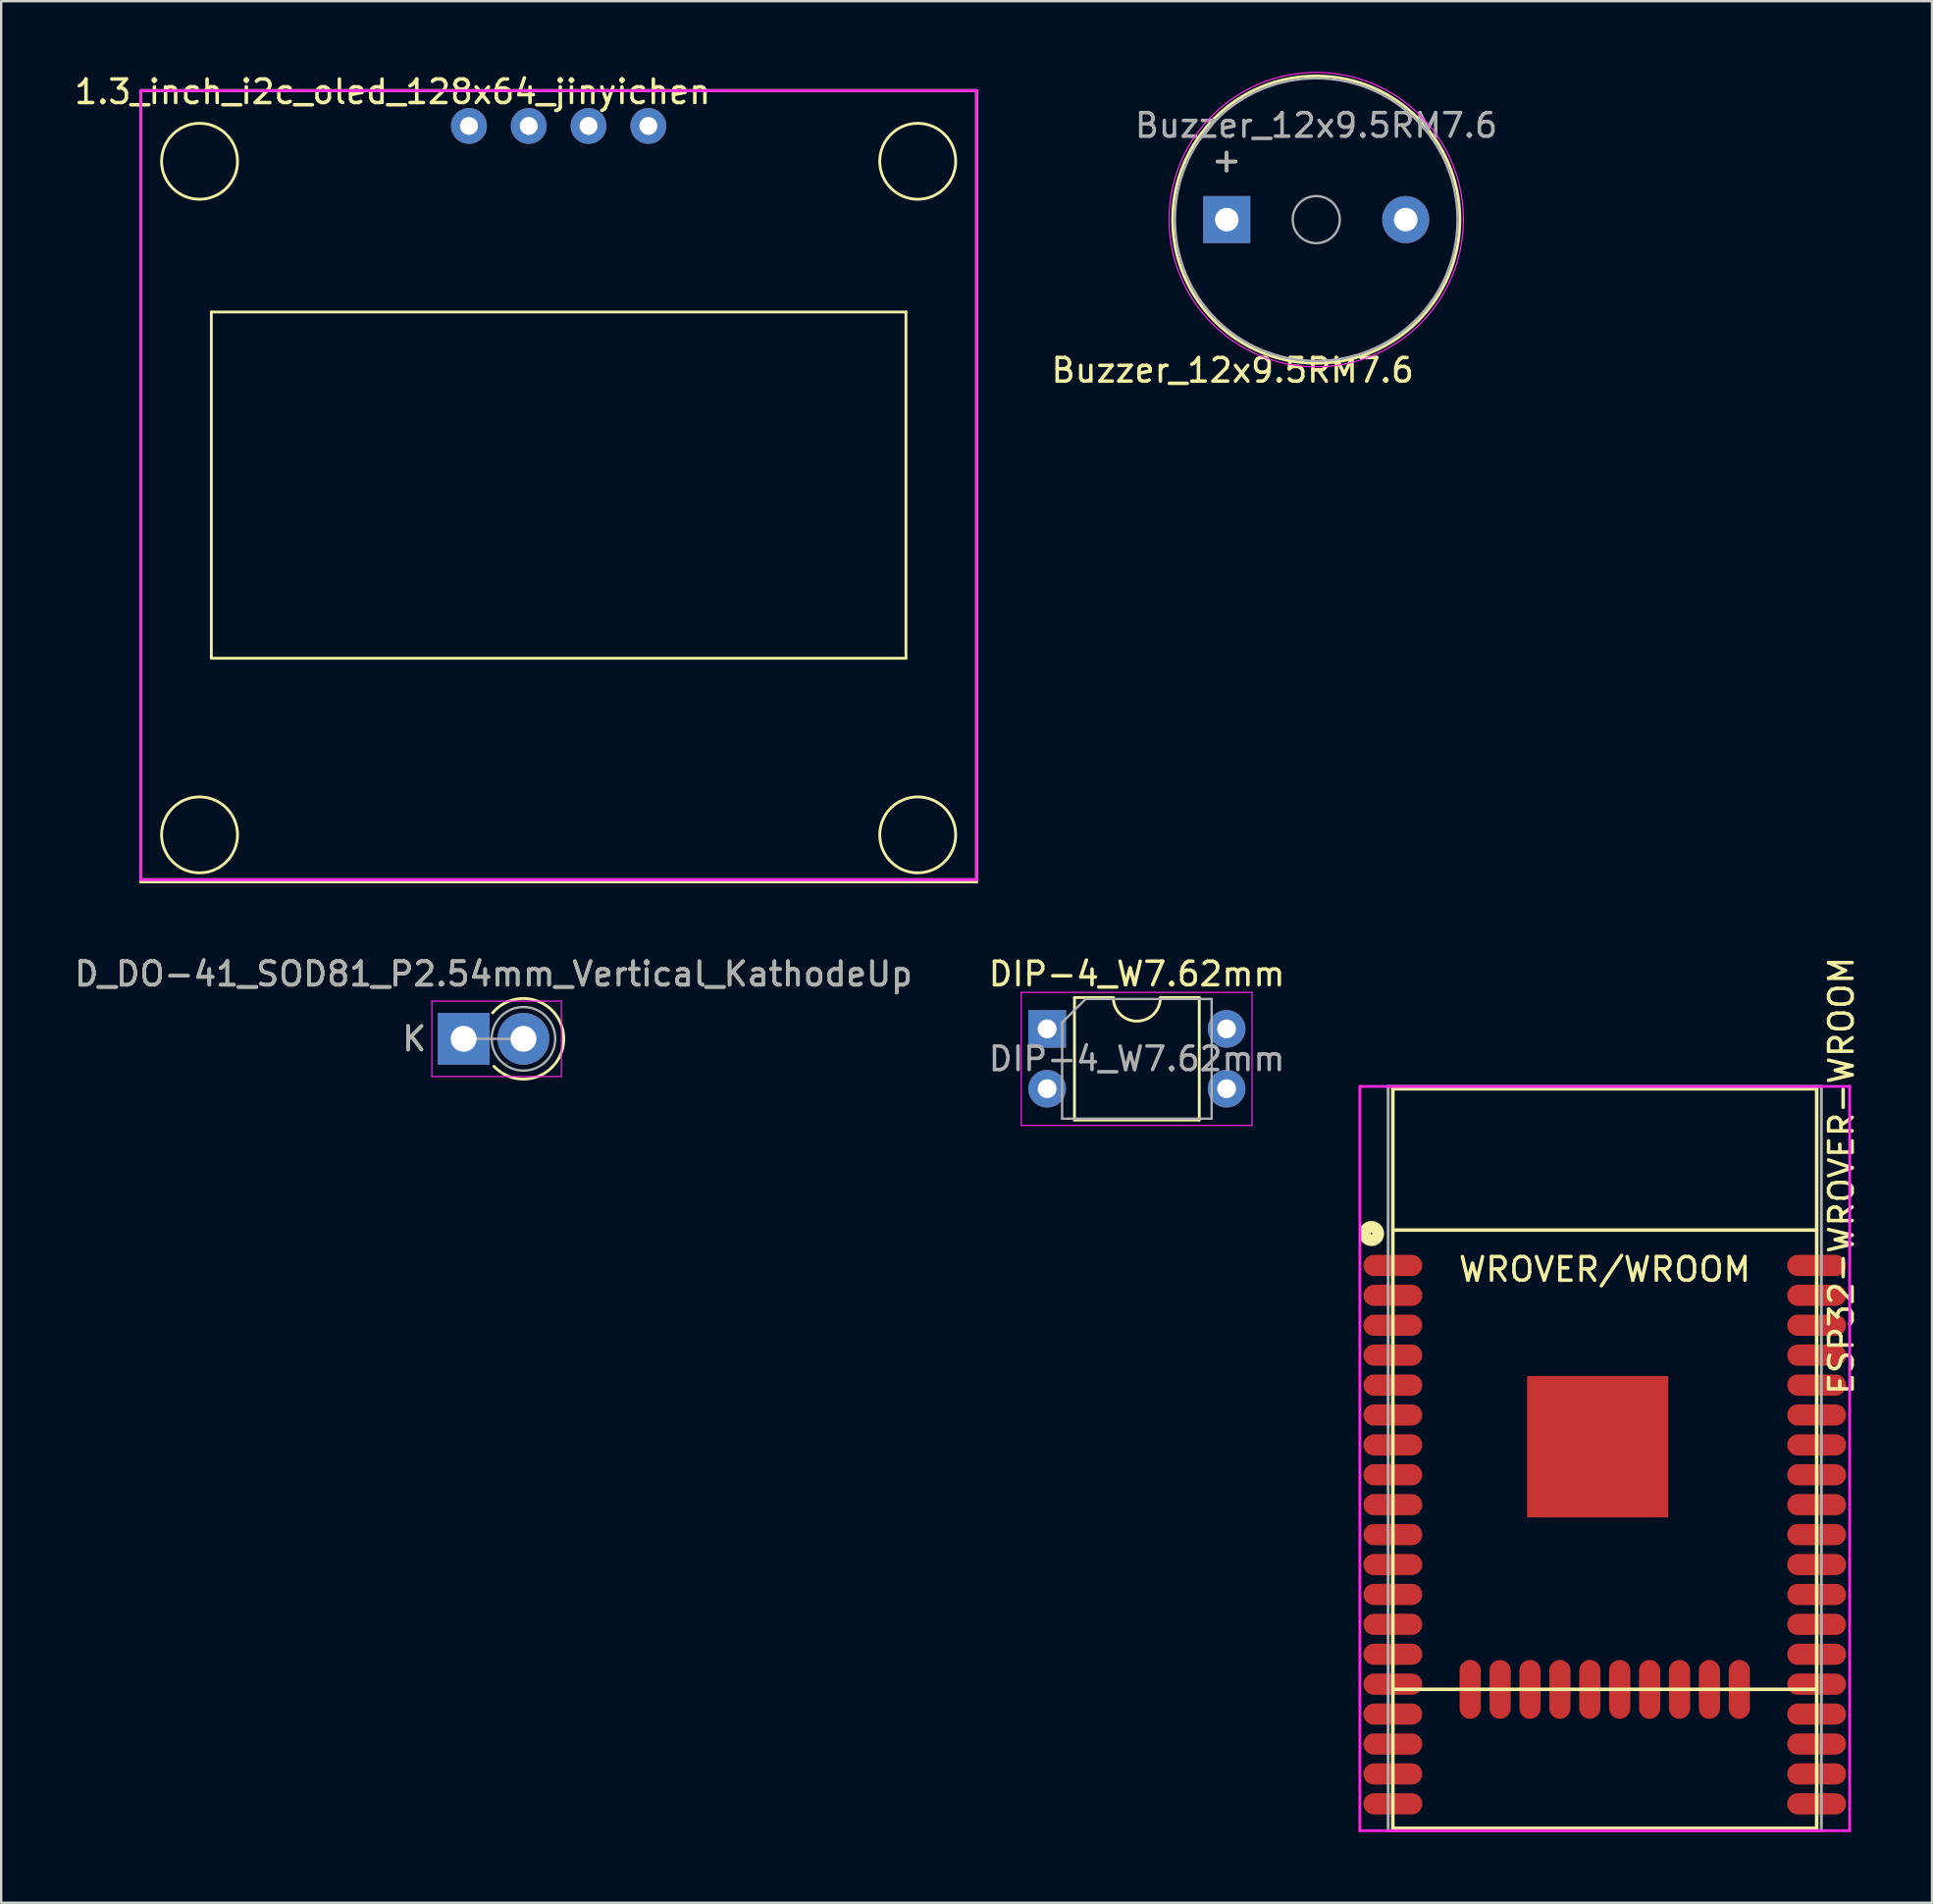
<source format=kicad_pcb>
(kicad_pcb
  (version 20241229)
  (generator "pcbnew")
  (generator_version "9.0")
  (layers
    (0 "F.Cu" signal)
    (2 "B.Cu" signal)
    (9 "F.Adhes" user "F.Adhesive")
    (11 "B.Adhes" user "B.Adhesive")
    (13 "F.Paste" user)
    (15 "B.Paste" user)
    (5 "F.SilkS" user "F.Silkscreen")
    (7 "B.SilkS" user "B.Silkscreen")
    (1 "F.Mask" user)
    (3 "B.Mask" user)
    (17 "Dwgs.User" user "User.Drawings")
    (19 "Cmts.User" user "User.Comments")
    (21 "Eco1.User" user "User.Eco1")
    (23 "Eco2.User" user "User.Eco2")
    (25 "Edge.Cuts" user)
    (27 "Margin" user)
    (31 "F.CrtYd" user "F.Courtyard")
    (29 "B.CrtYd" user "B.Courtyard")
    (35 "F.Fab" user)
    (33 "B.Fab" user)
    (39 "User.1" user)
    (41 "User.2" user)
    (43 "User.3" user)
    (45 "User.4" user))
  (footprint "1.3_inch_i2c_oled_128x64_jinyichen"
    (layer "F.Cu")
    (at 20.925 0.798)
    (property "Reference" "1.3_inch_i2c_oled_128x64_jinyichen" (at -7.3 0.05 0) (layer "F.SilkS") (effects (font (size 1 1) (thickness 0.15))))
    (attr through_hole)
    (fp_line (start -18 0) (end 17.5 0) (stroke (width 0.12) (type solid)) (layer "F.SilkS"))
    (fp_line (start -18 33.6) (end -18 0) (stroke (width 0.12) (type solid)) (layer "F.SilkS"))
    (fp_line (start -15 9.4) (end 14.5 9.4) (stroke (width 0.12) (type solid)) (layer "F.SilkS"))
    (fp_line (start -15 24.1) (end -15 9.4) (stroke (width 0.12) (type solid)) (layer "F.SilkS"))
    (fp_line (start 14.5 9.4) (end 14.5 24.1) (stroke (width 0.12) (type solid)) (layer "F.SilkS"))
    (fp_line (start 14.5 24.1) (end -15 24.1) (stroke (width 0.12) (type solid)) (layer "F.SilkS"))
    (fp_line (start 17.5 0) (end 17.5 33.6) (stroke (width 0.12) (type solid)) (layer "F.SilkS"))
    (fp_line (start 17.5 33.6) (end -18 33.6) (stroke (width 0.12) (type solid)) (layer "F.SilkS"))
    (fp_circle (center -15.5 3) (end -15.3 1.4) (stroke (width 0.12) (type solid)) (fill no) (layer "F.SilkS"))
    (fp_circle (center -15.5 31.6) (end -15.3 30) (stroke (width 0.12) (type solid)) (fill no) (layer "F.SilkS"))
    (fp_circle (center 15 3) (end 15.2 1.4) (stroke (width 0.12) (type solid)) (fill no) (layer "F.SilkS"))
    (fp_circle (center 15 31.6) (end 15.2 30) (stroke (width 0.12) (type solid)) (fill no) (layer "F.SilkS"))
    (fp_line (start -18 0) (end 17.5 0) (stroke (width 0.12) (type solid)) (layer "F.CrtYd"))
    (fp_line (start -18 33.5) (end -18 0) (stroke (width 0.12) (type solid)) (layer "F.CrtYd"))
    (fp_line (start 17.5 0) (end 17.5 33.5) (stroke (width 0.12) (type solid)) (layer "F.CrtYd"))
    (fp_line (start 17.5 33.5) (end -18 33.5) (stroke (width 0.12) (type solid)) (layer "F.CrtYd"))
    (fp_line (start -18 0) (end 17.5 0) (stroke (width 0.12) (type solid)) (layer "F.Fab"))
    (fp_line (start -18 33.5) (end -18 0) (stroke (width 0.12) (type solid)) (layer "F.Fab"))
    (fp_line (start 17.5 0) (end 17.5 33.5) (stroke (width 0.12) (type solid)) (layer "F.Fab"))
    (fp_line (start 17.5 33.5) (end -18 33.5) (stroke (width 0.12) (type solid)) (layer "F.Fab"))
    (pad "1" thru_hole circle (at -4.06 1.5) (size 1.524 1.524) (drill 0.762) (layers "*.Cu" "*.Mask"))
    (pad "2" thru_hole circle (at -1.52 1.5) (size 1.524 1.524) (drill 0.762) (layers "*.Cu" "*.Mask"))
    (pad "3" thru_hole circle (at 1.02 1.5) (size 1.524 1.524) (drill 0.762) (layers "*.Cu" "*.Mask"))
    (pad "4" thru_hole circle (at 3.56 1.5) (size 1.524 1.524) (drill 0.762) (layers "*.Cu" "*.Mask")))
  (footprint "ESP32-WROVER-WROOM"
    (layer "F.Cu")
    (at 56.103 50.679)
    (property "Reference" "ESP32-WROVER-WROOM" (at 19.05 -3.81 90) (layer "F.SilkS") (effects (font (size 1 1) (thickness 0.15))))
    (attr through_hole)
    (fp_line (start 0 -7.5) (end 0 23.9) (stroke (width 0.15) (type solid)) (layer "F.SilkS"))
    (fp_line (start 18 -7.5) (end 0 -7.5) (stroke (width 0.15) (type solid)) (layer "F.SilkS"))
    (fp_line (start 18 -7.5) (end 18 23.9) (stroke (width 0.15) (type solid)) (layer "F.SilkS"))
    (fp_line (start 18 -1.5) (end 0 -1.5) (stroke (width 0.15) (type solid)) (layer "F.SilkS"))
    (fp_line (start 18 18) (end 0 18) (stroke (width 0.15) (type solid)) (layer "F.SilkS"))
    (fp_line (start 18 23.9) (end 0 23.9) (stroke (width 0.15) (type solid)) (layer "F.SilkS"))
    (fp_circle (center -0.906 -1.354) (end -1.033 -1.608) (stroke (width 0.5) (type solid)) (fill no) (layer "F.SilkS"))
    (fp_line (start -1.4 -7.6) (end 19.4 -7.6) (stroke (width 0.12) (type solid)) (layer "F.CrtYd"))
    (fp_line (start -1.4 24) (end -1.4 -7.6) (stroke (width 0.12) (type solid)) (layer "F.CrtYd"))
    (fp_line (start 19.4 -7.6) (end 19.4 24) (stroke (width 0.12) (type solid)) (layer "F.CrtYd"))
    (fp_line (start 19.4 24) (end -1.4 24) (stroke (width 0.12) (type solid)) (layer "F.CrtYd"))
    (fp_line (start -0.2 -7.6) (end -0.2 24) (stroke (width 0.12) (type solid)) (layer "F.Fab"))
    (fp_line (start -0.2 24) (end 18.2 24) (stroke (width 0.12) (type solid)) (layer "F.Fab"))
    (fp_line (start 18.2 -7.6) (end -0.2 -7.6) (stroke (width 0.12) (type solid)) (layer "F.Fab"))
    (fp_line (start 18.2 24) (end 18.2 -7.6) (stroke (width 0.12) (type solid)) (layer "F.Fab"))
    (fp_text user "WROVER/WROOM" (at 9 0.17 0) (layer "F.SilkS") (effects (font (size 1 1) (thickness 0.15))))
    (pad "1" smd oval (at 0 0 180) (size 2.5 0.9) (layers "F.Cu" "F.Mask" "F.Paste"))
    (pad "2" smd oval (at 0 1.27 180) (size 2.5 0.9) (layers "F.Cu" "F.Mask" "F.Paste"))
    (pad "3" smd oval (at 0 2.54 180) (size 2.5 0.9) (layers "F.Cu" "F.Mask" "F.Paste"))
    (pad "4" smd oval (at 0 3.81 180) (size 2.5 0.9) (layers "F.Cu" "F.Mask" "F.Paste"))
    (pad "5" smd oval (at 0 5.08 180) (size 2.5 0.9) (layers "F.Cu" "F.Mask" "F.Paste"))
    (pad "6" smd oval (at 0 6.35 180) (size 2.5 0.9) (layers "F.Cu" "F.Mask" "F.Paste"))
    (pad "7" smd oval (at 0 7.62 180) (size 2.5 0.9) (layers "F.Cu" "F.Mask" "F.Paste"))
    (pad "8" smd oval (at 0 8.89 180) (size 2.5 0.9) (layers "F.Cu" "F.Mask" "F.Paste"))
    (pad "9" smd oval (at 0 10.16 180) (size 2.5 0.9) (layers "F.Cu" "F.Mask" "F.Paste"))
    (pad "10" smd oval (at 0 11.43 180) (size 2.5 0.9) (layers "F.Cu" "F.Mask" "F.Paste"))
    (pad "11" smd oval (at 0 12.7 180) (size 2.5 0.9) (layers "F.Cu" "F.Mask" "F.Paste"))
    (pad "12" smd oval (at 0 13.97 180) (size 2.5 0.9) (layers "F.Cu" "F.Mask" "F.Paste"))
    (pad "13" smd oval (at 0 15.24 180) (size 2.5 0.9) (layers "F.Cu" "F.Mask" "F.Paste"))
    (pad "14" smd oval (at 0 16.51 180) (size 2.5 0.9) (layers "F.Cu" "F.Mask" "F.Paste"))
    (pad "15" smd oval (at 0 17.78 180) (size 2.5 0.9) (layers "F.Cu" "F.Mask" "F.Paste"))
    (pad "16" smd oval (at 0 19.05 180) (size 2.5 0.9) (layers "F.Cu" "F.Mask" "F.Paste"))
    (pad "17" smd oval (at 0 20.32 180) (size 2.5 0.9) (layers "F.Cu" "F.Mask" "F.Paste"))
    (pad "18" smd oval (at 0 21.59 180) (size 2.5 0.9) (layers "F.Cu" "F.Mask" "F.Paste"))
    (pad "19" smd oval (at 0 22.86 180) (size 2.5 0.9) (layers "F.Cu" "F.Mask" "F.Paste"))
    (pad "20" smd oval (at 18 22.86 180) (size 2.5 0.9) (layers "F.Cu" "F.Mask" "F.Paste"))
    (pad "21" smd oval (at 18 21.59 180) (size 2.5 0.9) (layers "F.Cu" "F.Mask" "F.Paste"))
    (pad "22" smd oval (at 18 20.32 180) (size 2.5 0.9) (layers "F.Cu" "F.Mask" "F.Paste"))
    (pad "23" smd oval (at 18 19.05 180) (size 2.5 0.9) (layers "F.Cu" "F.Mask" "F.Paste"))
    (pad "24" smd oval (at 18 17.78 180) (size 2.5 0.9) (layers "F.Cu" "F.Mask" "F.Paste"))
    (pad "25" smd oval (at 18 16.51 180) (size 2.5 0.9) (layers "F.Cu" "F.Mask" "F.Paste"))
    (pad "26" smd oval (at 18 15.24 180) (size 2.5 0.9) (layers "F.Cu" "F.Mask" "F.Paste"))
    (pad "27" smd oval (at 18 13.97 180) (size 2.5 0.9) (layers "F.Cu" "F.Mask" "F.Paste"))
    (pad "28" smd oval (at 18 12.7 180) (size 2.5 0.9) (layers "F.Cu" "F.Mask" "F.Paste"))
    (pad "29" smd oval (at 18 11.43 180) (size 2.5 0.9) (layers "F.Cu" "F.Mask" "F.Paste"))
    (pad "30" smd oval (at 18 10.16 180) (size 2.5 0.9) (layers "F.Cu" "F.Mask" "F.Paste"))
    (pad "31" smd oval (at 18 8.89 180) (size 2.5 0.9) (layers "F.Cu" "F.Mask" "F.Paste"))
    (pad "32" smd oval (at 18 7.62 180) (size 2.5 0.9) (layers "F.Cu" "F.Mask" "F.Paste"))
    (pad "33" smd oval (at 18 6.35 180) (size 2.5 0.9) (layers "F.Cu" "F.Mask" "F.Paste"))
    (pad "34" smd oval (at 18 5.08 180) (size 2.5 0.9) (layers "F.Cu" "F.Mask" "F.Paste"))
    (pad "35" smd oval (at 18 3.81 180) (size 2.5 0.9) (layers "F.Cu" "F.Mask" "F.Paste"))
    (pad "36" smd oval (at 18 2.54 180) (size 2.5 0.9) (layers "F.Cu" "F.Mask" "F.Paste"))
    (pad "37" smd oval (at 18 1.27 180) (size 2.5 0.9) (layers "F.Cu" "F.Mask" "F.Paste"))
    (pad "38" smd oval (at 18 0 180) (size 2.5 0.9) (layers "F.Cu" "F.Mask" "F.Paste"))
    (pad "39" smd rect (at 8.7 7.7 180) (size 6 6) (layers "F.Cu" "F.Mask" "F.Paste"))
    (pad "B15" smd oval (at 3.285 18 180) (size 0.9 2.5) (layers "F.Cu" "F.Mask" "F.Paste"))
    (pad "B16" smd oval (at 4.555 18 180) (size 0.9 2.5) (layers "F.Cu" "F.Mask" "F.Paste"))
    (pad "B17" smd oval (at 5.825 18 180) (size 0.9 2.5) (layers "F.Cu" "F.Mask" "F.Paste"))
    (pad "B18" smd oval (at 7.095 18 180) (size 0.9 2.5) (layers "F.Cu" "F.Mask" "F.Paste"))
    (pad "B19" smd oval (at 8.365 18 180) (size 0.9 2.5) (layers "F.Cu" "F.Mask" "F.Paste"))
    (pad "B20" smd oval (at 9.635 18 180) (size 0.9 2.5) (layers "F.Cu" "F.Mask" "F.Paste"))
    (pad "B21" smd oval (at 10.905 18 180) (size 0.9 2.5) (layers "F.Cu" "F.Mask" "F.Paste"))
    (pad "B22" smd oval (at 12.175 18 180) (size 0.9 2.5) (layers "F.Cu" "F.Mask" "F.Paste"))
    (pad "B23" smd oval (at 13.445 18 180) (size 0.9 2.5) (layers "F.Cu" "F.Mask" "F.Paste"))
    (pad "B24" smd oval (at 14.715 18 180) (size 0.9 2.5) (layers "F.Cu" "F.Mask" "F.Paste")))
  (footprint "DIP-4_W7.62mm"
    (layer "F.Cu")
    (at 41.422 40.636)
    (property "Reference" "DIP-4_W7.62mm" (at 3.81 -2.33 0) (layer "F.SilkS") (effects (font (size 1 1) (thickness 0.15))))
    (attr through_hole)
    (fp_line (start 1.16 -1.33) (end 1.16 3.87) (stroke (width 0.12) (type solid)) (layer "F.SilkS"))
    (fp_line (start 1.16 3.87) (end 6.46 3.87) (stroke (width 0.12) (type solid)) (layer "F.SilkS"))
    (fp_line (start 2.81 -1.33) (end 1.16 -1.33) (stroke (width 0.12) (type solid)) (layer "F.SilkS"))
    (fp_line (start 6.46 -1.33) (end 4.81 -1.33) (stroke (width 0.12) (type solid)) (layer "F.SilkS"))
    (fp_line (start 6.46 3.87) (end 6.46 -1.33) (stroke (width 0.12) (type solid)) (layer "F.SilkS"))
    (fp_arc (start 4.81 -1.33) (mid 3.81 -0.33) (end 2.81 -1.33) (stroke (width 0.12) (type solid)) (layer "F.SilkS"))
    (fp_line (start -1.1 -1.55) (end -1.1 4.1) (stroke (width 0.05) (type solid)) (layer "F.CrtYd"))
    (fp_line (start -1.1 4.1) (end 8.7 4.1) (stroke (width 0.05) (type solid)) (layer "F.CrtYd"))
    (fp_line (start 8.7 -1.55) (end -1.1 -1.55) (stroke (width 0.05) (type solid)) (layer "F.CrtYd"))
    (fp_line (start 8.7 4.1) (end 8.7 -1.55) (stroke (width 0.05) (type solid)) (layer "F.CrtYd"))
    (fp_line (start 0.635 -0.27) (end 1.635 -1.27) (stroke (width 0.1) (type solid)) (layer "F.Fab"))
    (fp_line (start 0.635 3.81) (end 0.635 -0.27) (stroke (width 0.1) (type solid)) (layer "F.Fab"))
    (fp_line (start 1.635 -1.27) (end 6.985 -1.27) (stroke (width 0.1) (type solid)) (layer "F.Fab"))
    (fp_line (start 6.985 -1.27) (end 6.985 3.81) (stroke (width 0.1) (type solid)) (layer "F.Fab"))
    (fp_line (start 6.985 3.81) (end 0.635 3.81) (stroke (width 0.1) (type solid)) (layer "F.Fab"))
    (fp_text user "${REFERENCE}" (at 3.81 1.27 0) (layer "F.Fab") (effects (font (size 1 1) (thickness 0.15))))
    (pad "1" thru_hole rect (at 0 0) (size 1.6 1.6) (drill 0.8) (layers "*.Cu" "*.Mask"))
    (pad "2" thru_hole oval (at 0 2.54) (size 1.6 1.6) (drill 0.8) (layers "*.Cu" "*.Mask"))
    (pad "3" thru_hole oval (at 7.62 2.54) (size 1.6 1.6) (drill 0.8) (layers "*.Cu" "*.Mask"))
    (pad "4" thru_hole oval (at 7.62 0) (size 1.6 1.6) (drill 0.8) (layers "*.Cu" "*.Mask")))
  (footprint "D_DO-41_SOD81_P2.54mm_Vertical_KathodeUp"
    (layer "F.Cu")
    (at 16.641 41.057)
    (property "Reference" "D_DO-41_SOD81_P2.54mm_Vertical_KathodeUp" (at 1.27 -2.751 0) (layer "F.SilkS") (effects (font (size 1 1) (thickness 0.15))))
    (attr through_hole)
    (fp_arc (start 1.228847 -1.1) (mid 4.250877 -0.044974) (end 1.288449 1.167366) (stroke (width 0.12) (type solid)) (layer "F.SilkS"))
    (fp_line (start -1.35 -1.6) (end -1.35 1.6) (stroke (width 0.05) (type solid)) (layer "F.CrtYd"))
    (fp_line (start -1.35 1.6) (end 4.15 1.6) (stroke (width 0.05) (type solid)) (layer "F.CrtYd"))
    (fp_line (start 4.15 -1.6) (end -1.35 -1.6) (stroke (width 0.05) (type solid)) (layer "F.CrtYd"))
    (fp_line (start 4.15 1.6) (end 4.15 -1.6) (stroke (width 0.05) (type solid)) (layer "F.CrtYd"))
    (fp_line (start 0 0) (end 2.54 0) (stroke (width 0.1) (type solid)) (layer "F.Fab"))
    (fp_circle (center 2.54 0) (end 3.89 0) (stroke (width 0.1) (type solid)) (fill no) (layer "F.Fab"))
    (fp_text user "K" (at -2.1 0 0) (layer "F.SilkS") (effects (font (size 1 1) (thickness 0.15))))
    (fp_text user "K" (at -2.1 0 0) (layer "F.Fab") (effects (font (size 1 1) (thickness 0.15))))
    (fp_text user "${REFERENCE}" (at 1.27 -2.751 0) (layer "F.Fab") (effects (font (size 1 1) (thickness 0.15))))
    (pad "1" thru_hole rect (at 0 0) (size 2.2 2.2) (drill 1.1) (layers "*.Cu" "*.Mask"))
    (pad "2" thru_hole oval (at 2.54 0) (size 2.2 2.2) (drill 1.1) (layers "*.Cu" "*.Mask")))
  (footprint "Buzzer_12x9.5RM7.6"
    (layer "F.Cu")
    (at 49.05 6.275)
    (property "Reference" "Buzzer_12x9.5RM7.6" (at 0.25 6.4 0) (layer "F.SilkS") (effects (font (size 1 1) (thickness 0.15))))
    (attr through_hole)
    (fp_circle (center 3.8 0) (end 9.9 0) (stroke (width 0.12) (type solid)) (fill no) (layer "F.SilkS"))
    (fp_circle (center 3.8 0) (end 10.05 0) (stroke (width 0.05) (type solid)) (fill no) (layer "F.CrtYd"))
    (fp_circle (center 3.8 0) (end 4.8 0) (stroke (width 0.1) (type solid)) (fill no) (layer "F.Fab"))
    (fp_circle (center 3.8 0) (end 9.8 0) (stroke (width 0.1) (type solid)) (fill no) (layer "F.Fab"))
    (fp_text user "+" (at -0.01 -2.54 0) (layer "F.SilkS") (effects (font (size 1 1) (thickness 0.15))))
    (fp_text user "+" (at -0.01 -2.54 0) (layer "F.Fab") (effects (font (size 1 1) (thickness 0.15))))
    (fp_text user "${REFERENCE}" (at 3.8 -4 0) (layer "F.Fab") (effects (font (size 1 1) (thickness 0.15))))
    (pad "1" thru_hole rect (at 0 0) (size 2 2) (drill 1) (layers "*.Cu" "*.Mask"))
    (pad "2" thru_hole circle (at 7.6 0) (size 2 2) (drill 1) (layers "*.Cu" "*.Mask")))
  (gr_rect
    (start -3 -3)
    (end 79.001 77.739)
    (stroke (width 0.1) (type default))
    (fill no)
    (layer "Edge.Cuts")))
</source>
